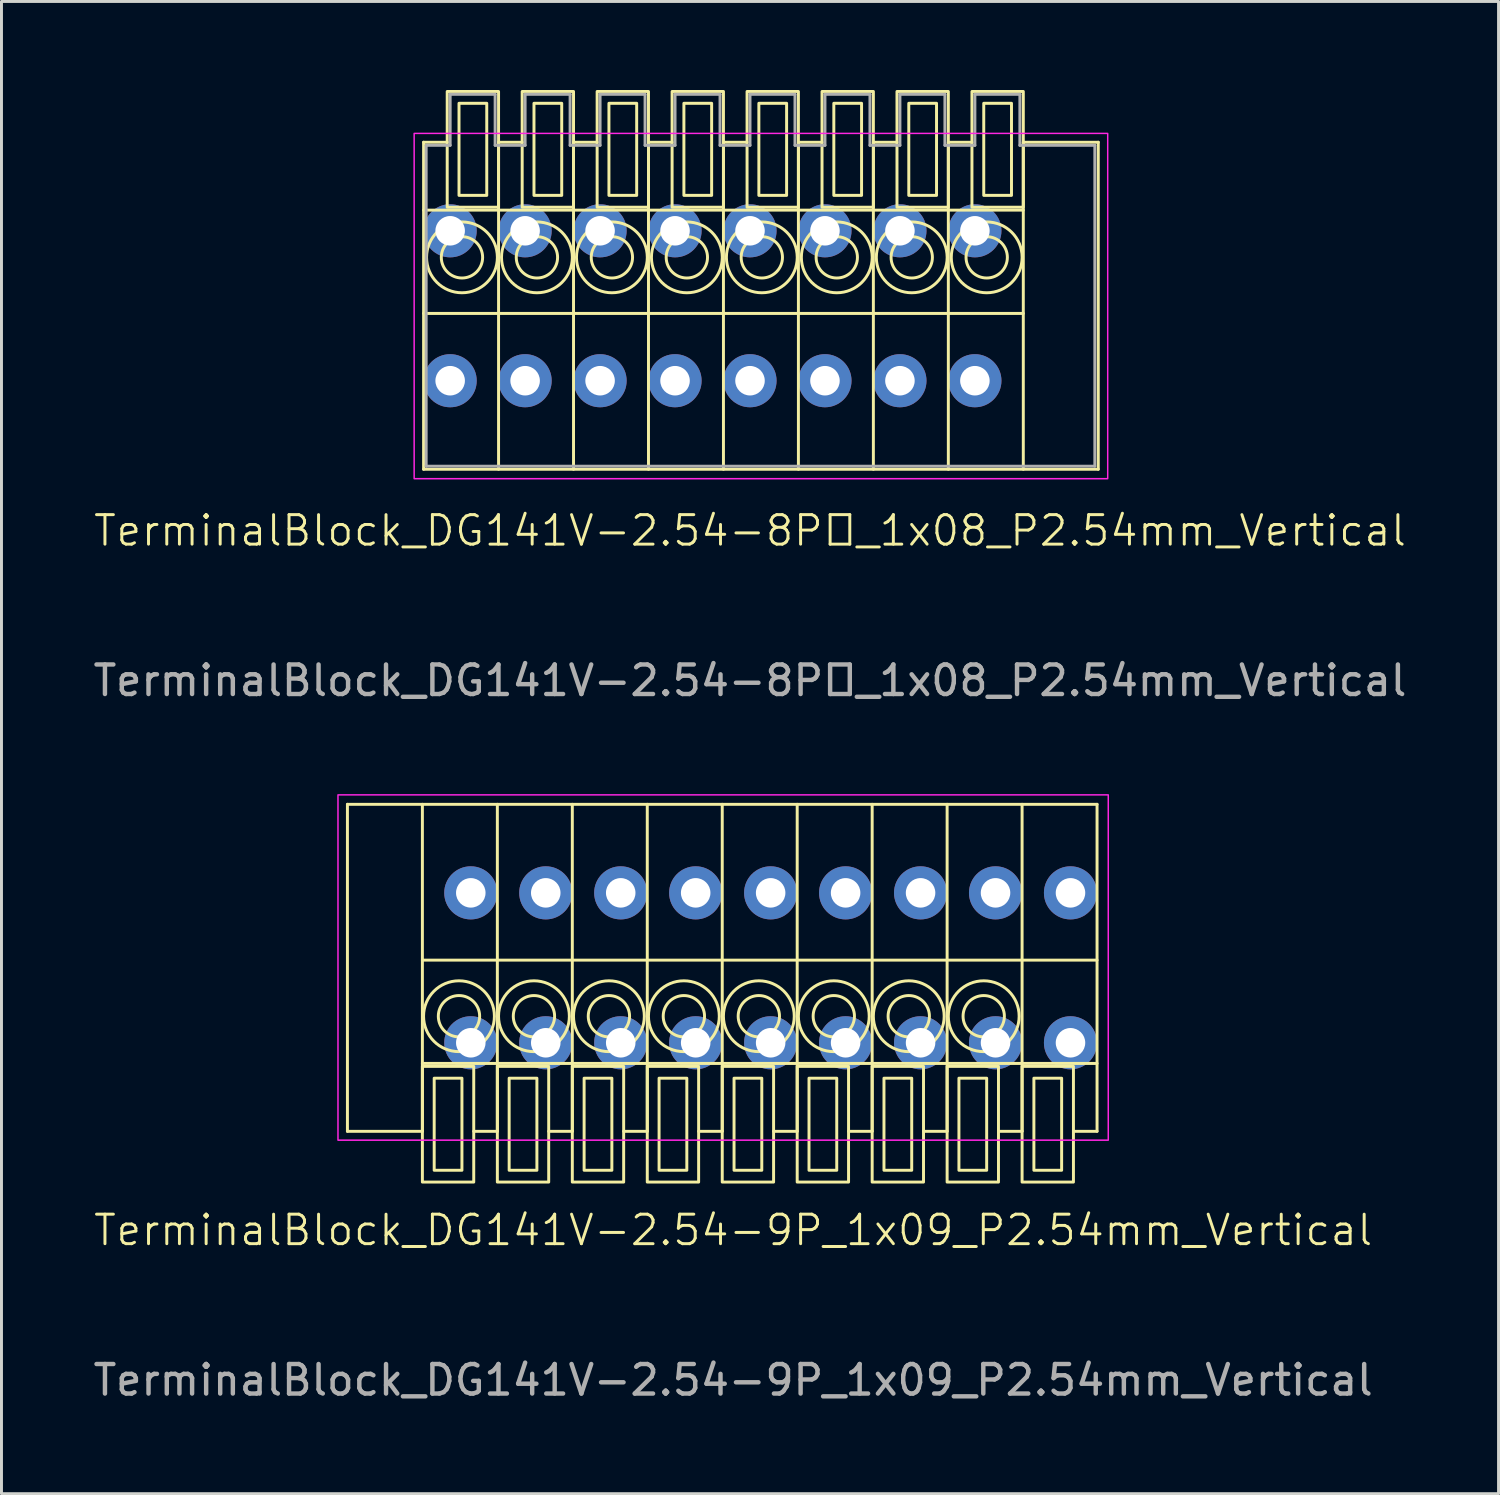
<source format=kicad_pcb>
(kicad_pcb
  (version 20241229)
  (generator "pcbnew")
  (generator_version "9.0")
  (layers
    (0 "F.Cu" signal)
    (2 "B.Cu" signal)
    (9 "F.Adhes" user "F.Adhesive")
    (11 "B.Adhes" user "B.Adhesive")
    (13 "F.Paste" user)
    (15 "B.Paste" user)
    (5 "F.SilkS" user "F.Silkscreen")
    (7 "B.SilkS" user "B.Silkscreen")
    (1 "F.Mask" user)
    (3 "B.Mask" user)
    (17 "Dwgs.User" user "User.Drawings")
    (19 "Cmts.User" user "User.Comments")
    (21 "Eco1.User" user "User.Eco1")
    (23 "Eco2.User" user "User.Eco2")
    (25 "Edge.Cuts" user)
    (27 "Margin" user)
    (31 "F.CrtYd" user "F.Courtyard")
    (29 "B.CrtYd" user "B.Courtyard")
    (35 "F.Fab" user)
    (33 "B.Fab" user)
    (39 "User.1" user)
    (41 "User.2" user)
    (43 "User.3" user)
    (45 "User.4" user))
  (footprint "TerminalBlock_DG141V-2.54-8P_1x08_P2.54mm_Vertical"
    (layer "F.Cu")
    (at 12.203 9.85)
    (property "Reference" "TerminalBlock_DG141V-2.54-8P_1x08_P2.54mm_Vertical" (at 10.16 5.08 0) (unlocked yes) (layer "F.SilkS") (effects (font (size 1 1) (thickness 0.1))))
    (attr through_hole)
    (fp_line (start -0.9 3) (end -0.9 -8.08) (stroke (width 0.1) (type default)) (layer "F.SilkS"))
    (fp_line (start -0.1 -8.08) (end -0.9 -8.08) (stroke (width 0.1) (type default)) (layer "F.SilkS"))
    (fp_line (start 1.64 3) (end 1.64 -8.08) (stroke (width 0.1) (type default)) (layer "F.SilkS"))
    (fp_line (start 2.44 -8.08) (end 1.64 -8.08) (stroke (width 0.1) (type default)) (layer "F.SilkS"))
    (fp_line (start 4.18 3) (end 4.18 -8.08) (stroke (width 0.1) (type default)) (layer "F.SilkS"))
    (fp_line (start 4.98 -8.08) (end 4.18 -8.08) (stroke (width 0.1) (type default)) (layer "F.SilkS"))
    (fp_line (start 6.72 3) (end 6.72 -8.08) (stroke (width 0.1) (type default)) (layer "F.SilkS"))
    (fp_line (start 7.52 -8.08) (end 6.72 -8.08) (stroke (width 0.1) (type default)) (layer "F.SilkS"))
    (fp_line (start 9.26 3) (end 9.26 -8.08) (stroke (width 0.1) (type default)) (layer "F.SilkS"))
    (fp_line (start 10.06 -8.08) (end 9.26 -8.08) (stroke (width 0.1) (type default)) (layer "F.SilkS"))
    (fp_line (start 11.8 3) (end 11.8 -8.08) (stroke (width 0.1) (type default)) (layer "F.SilkS"))
    (fp_line (start 12.6 -8.08) (end 11.8 -8.08) (stroke (width 0.1) (type default)) (layer "F.SilkS"))
    (fp_line (start 14.34 3) (end 14.34 -8.08) (stroke (width 0.1) (type default)) (layer "F.SilkS"))
    (fp_line (start 15.14 -8.08) (end 14.34 -8.08) (stroke (width 0.1) (type default)) (layer "F.SilkS"))
    (fp_line (start 16.88 3) (end 16.88 -8.08) (stroke (width 0.1) (type default)) (layer "F.SilkS"))
    (fp_line (start 17.68 -8.08) (end 16.88 -8.08) (stroke (width 0.1) (type default)) (layer "F.SilkS"))
    (fp_line (start 19.42 -5.78) (end -0.9 -5.78) (stroke (width 0.1) (type default)) (layer "F.SilkS"))
    (fp_line (start 19.42 -2.28) (end -0.9 -2.28) (stroke (width 0.1) (type default)) (layer "F.SilkS"))
    (fp_line (start 19.42 3) (end 19.42 -8.08) (stroke (width 0.1) (type default)) (layer "F.SilkS"))
    (fp_line (start 21.96 -8.08) (end 19.42 -8.08) (stroke (width 0.1) (type default)) (layer "F.SilkS"))
    (fp_line (start 21.96 -8.08) (end 21.96 3) (stroke (width 0.1) (type default)) (layer "F.SilkS"))
    (fp_line (start 21.96 3) (end -0.9 3) (stroke (width 0.1) (type default)) (layer "F.SilkS"))
    (fp_rect (start 1.24 -6.28) (end 0.3 -9.4) (stroke (width 0.1) (type default)) (fill no) (layer "F.SilkS"))
    (fp_rect (start 1.64 -5.88) (end -0.1 -9.8) (stroke (width 0.1) (type default)) (fill no) (layer "F.SilkS"))
    (fp_rect (start 3.78 -6.28) (end 2.84 -9.4) (stroke (width 0.1) (type default)) (fill no) (layer "F.SilkS"))
    (fp_rect (start 4.18 -5.88) (end 2.44 -9.8) (stroke (width 0.1) (type default)) (fill no) (layer "F.SilkS"))
    (fp_rect (start 6.32 -6.28) (end 5.38 -9.4) (stroke (width 0.1) (type default)) (fill no) (layer "F.SilkS"))
    (fp_rect (start 6.72 -5.88) (end 4.98 -9.8) (stroke (width 0.1) (type default)) (fill no) (layer "F.SilkS"))
    (fp_rect (start 8.86 -6.28) (end 7.92 -9.4) (stroke (width 0.1) (type default)) (fill no) (layer "F.SilkS"))
    (fp_rect (start 9.26 -5.88) (end 7.52 -9.8) (stroke (width 0.1) (type default)) (fill no) (layer "F.SilkS"))
    (fp_rect (start 11.4 -6.28) (end 10.46 -9.4) (stroke (width 0.1) (type default)) (fill no) (layer "F.SilkS"))
    (fp_rect (start 11.8 -5.88) (end 10.06 -9.8) (stroke (width 0.1) (type default)) (fill no) (layer "F.SilkS"))
    (fp_rect (start 13.94 -6.28) (end 13 -9.4) (stroke (width 0.1) (type default)) (fill no) (layer "F.SilkS"))
    (fp_rect (start 14.34 -5.88) (end 12.6 -9.8) (stroke (width 0.1) (type default)) (fill no) (layer "F.SilkS"))
    (fp_rect (start 16.48 -6.28) (end 15.54 -9.4) (stroke (width 0.1) (type default)) (fill no) (layer "F.SilkS"))
    (fp_rect (start 16.88 -5.88) (end 15.14 -9.8) (stroke (width 0.1) (type default)) (fill no) (layer "F.SilkS"))
    (fp_rect (start 19.02 -6.28) (end 18.08 -9.4) (stroke (width 0.1) (type default)) (fill no) (layer "F.SilkS"))
    (fp_rect (start 19.42 -5.88) (end 17.68 -9.8) (stroke (width 0.1) (type default)) (fill no) (layer "F.SilkS"))
    (fp_circle (center 0.4 -4.18) (end -0.8 -4.18) (stroke (width 0.1) (type default)) (fill no) (layer "F.SilkS"))
    (fp_circle (center 0.4 -4.18) (end -0.3 -4.18) (stroke (width 0.1) (type default)) (fill no) (layer "F.SilkS"))
    (fp_circle (center 2.94 -4.18) (end 1.74 -4.18) (stroke (width 0.1) (type default)) (fill no) (layer "F.SilkS"))
    (fp_circle (center 2.94 -4.18) (end 2.24 -4.18) (stroke (width 0.1) (type default)) (fill no) (layer "F.SilkS"))
    (fp_circle (center 5.48 -4.18) (end 4.28 -4.18) (stroke (width 0.1) (type default)) (fill no) (layer "F.SilkS"))
    (fp_circle (center 5.48 -4.18) (end 4.78 -4.18) (stroke (width 0.1) (type default)) (fill no) (layer "F.SilkS"))
    (fp_circle (center 8.02 -4.18) (end 6.82 -4.18) (stroke (width 0.1) (type default)) (fill no) (layer "F.SilkS"))
    (fp_circle (center 8.02 -4.18) (end 7.32 -4.18) (stroke (width 0.1) (type default)) (fill no) (layer "F.SilkS"))
    (fp_circle (center 10.56 -4.18) (end 9.36 -4.18) (stroke (width 0.1) (type default)) (fill no) (layer "F.SilkS"))
    (fp_circle (center 10.56 -4.18) (end 9.86 -4.18) (stroke (width 0.1) (type default)) (fill no) (layer "F.SilkS"))
    (fp_circle (center 13.1 -4.18) (end 11.9 -4.18) (stroke (width 0.1) (type default)) (fill no) (layer "F.SilkS"))
    (fp_circle (center 13.1 -4.18) (end 12.4 -4.18) (stroke (width 0.1) (type default)) (fill no) (layer "F.SilkS"))
    (fp_circle (center 15.64 -4.18) (end 14.44 -4.18) (stroke (width 0.1) (type default)) (fill no) (layer "F.SilkS"))
    (fp_circle (center 15.64 -4.18) (end 14.94 -4.18) (stroke (width 0.1) (type default)) (fill no) (layer "F.SilkS"))
    (fp_circle (center 18.18 -4.18) (end 16.98 -4.18) (stroke (width 0.1) (type default)) (fill no) (layer "F.SilkS"))
    (fp_circle (center 18.18 -4.18) (end 17.48 -4.18) (stroke (width 0.1) (type default)) (fill no) (layer "F.SilkS"))
    (fp_rect (start 22.28 3.32) (end -1.22 -8.38) (stroke (width 0.05) (type default)) (fill no) (layer "F.CrtYd"))
    (fp_line (start -0.813 -7.976) (end 0 -7.976) (stroke (width 0.1) (type default)) (layer "F.Fab"))
    (fp_line (start -0.813 2.896) (end -0.813 -7.976) (stroke (width 0.1) (type default)) (layer "F.Fab"))
    (fp_line (start 0 -9.703) (end 1.524 -9.703) (stroke (width 0.1) (type default)) (layer "F.Fab"))
    (fp_line (start 0 -7.976) (end 0 -9.703) (stroke (width 0.1) (type default)) (layer "F.Fab"))
    (fp_line (start 1.524 -9.703) (end 1.524 -7.976) (stroke (width 0.1) (type default)) (layer "F.Fab"))
    (fp_line (start 1.524 -7.976) (end 2.54 -7.976) (stroke (width 0.1) (type default)) (layer "F.Fab"))
    (fp_line (start 2.54 -9.703) (end 4.064 -9.703) (stroke (width 0.1) (type default)) (layer "F.Fab"))
    (fp_line (start 2.54 -7.976) (end 2.54 -9.703) (stroke (width 0.1) (type default)) (layer "F.Fab"))
    (fp_line (start 4.064 -9.703) (end 4.064 -7.976) (stroke (width 0.1) (type default)) (layer "F.Fab"))
    (fp_line (start 4.064 -7.976) (end 5.08 -7.976) (stroke (width 0.1) (type default)) (layer "F.Fab"))
    (fp_line (start 5.08 -9.703) (end 6.604 -9.703) (stroke (width 0.1) (type default)) (layer "F.Fab"))
    (fp_line (start 5.08 -7.976) (end 5.08 -9.703) (stroke (width 0.1) (type default)) (layer "F.Fab"))
    (fp_line (start 6.604 -9.703) (end 6.604 -7.976) (stroke (width 0.1) (type default)) (layer "F.Fab"))
    (fp_line (start 6.604 -7.976) (end 7.62 -7.976) (stroke (width 0.1) (type default)) (layer "F.Fab"))
    (fp_line (start 7.62 -9.703) (end 9.144 -9.703) (stroke (width 0.1) (type default)) (layer "F.Fab"))
    (fp_line (start 7.62 -7.976) (end 7.62 -9.703) (stroke (width 0.1) (type default)) (layer "F.Fab"))
    (fp_line (start 9.144 -9.703) (end 9.144 -7.976) (stroke (width 0.1) (type default)) (layer "F.Fab"))
    (fp_line (start 9.144 -7.976) (end 10.16 -7.976) (stroke (width 0.1) (type default)) (layer "F.Fab"))
    (fp_line (start 10.16 -9.703) (end 11.684 -9.703) (stroke (width 0.1) (type default)) (layer "F.Fab"))
    (fp_line (start 10.16 -7.976) (end 10.16 -9.703) (stroke (width 0.1) (type default)) (layer "F.Fab"))
    (fp_line (start 11.684 -9.703) (end 11.684 -7.976) (stroke (width 0.1) (type default)) (layer "F.Fab"))
    (fp_line (start 11.684 -7.976) (end 12.7 -7.976) (stroke (width 0.1) (type default)) (layer "F.Fab"))
    (fp_line (start 12.7 -9.703) (end 14.224 -9.703) (stroke (width 0.1) (type default)) (layer "F.Fab"))
    (fp_line (start 12.7 -7.976) (end 12.7 -9.703) (stroke (width 0.1) (type default)) (layer "F.Fab"))
    (fp_line (start 14.224 -9.703) (end 14.224 -7.976) (stroke (width 0.1) (type default)) (layer "F.Fab"))
    (fp_line (start 14.224 -7.976) (end 15.24 -7.976) (stroke (width 0.1) (type default)) (layer "F.Fab"))
    (fp_line (start 15.24 -9.703) (end 16.764 -9.703) (stroke (width 0.1) (type default)) (layer "F.Fab"))
    (fp_line (start 15.24 -7.976) (end 15.24 -9.703) (stroke (width 0.1) (type default)) (layer "F.Fab"))
    (fp_line (start 16.764 -9.703) (end 16.764 -7.976) (stroke (width 0.1) (type default)) (layer "F.Fab"))
    (fp_line (start 16.764 -7.976) (end 17.78 -7.976) (stroke (width 0.1) (type default)) (layer "F.Fab"))
    (fp_line (start 17.78 -9.703) (end 19.304 -9.703) (stroke (width 0.1) (type default)) (layer "F.Fab"))
    (fp_line (start 17.78 -7.976) (end 17.78 -9.703) (stroke (width 0.1) (type default)) (layer "F.Fab"))
    (fp_line (start 19.304 -9.703) (end 19.304 -7.976) (stroke (width 0.1) (type default)) (layer "F.Fab"))
    (fp_line (start 19.304 -7.976) (end 21.844 -7.976) (stroke (width 0.1) (type default)) (layer "F.Fab"))
    (fp_line (start 21.844 -7.976) (end 21.844 2.896) (stroke (width 0.1) (type default)) (layer "F.Fab"))
    (fp_line (start 21.844 2.896) (end -0.813 2.896) (stroke (width 0.1) (type default)) (layer "F.Fab"))
    (fp_text user "${REFERENCE}" (at 10.16 10.16 0) (unlocked yes) (layer "F.Fab") (effects (font (size 1 1) (thickness 0.15))))
    (pad "1" thru_hole circle (at 0 -5.08 180) (size 1.8 1.8) (drill 1) (layers "*.Cu" "*.Mask"))
    (pad "1" thru_hole circle (at 0 0 180) (size 1.8 1.8) (drill 1) (layers "*.Cu" "*.Mask"))
    (pad "2" thru_hole circle (at 2.54 -5.08 180) (size 1.8 1.8) (drill 1) (layers "*.Cu" "*.Mask"))
    (pad "2" thru_hole circle (at 2.54 0 180) (size 1.8 1.8) (drill 1) (layers "*.Cu" "*.Mask"))
    (pad "3" thru_hole circle (at 5.08 -5.08 180) (size 1.8 1.8) (drill 1) (layers "*.Cu" "*.Mask"))
    (pad "3" thru_hole circle (at 5.08 0 180) (size 1.8 1.8) (drill 1) (layers "*.Cu" "*.Mask"))
    (pad "4" thru_hole circle (at 7.62 -5.08 180) (size 1.8 1.8) (drill 1) (layers "*.Cu" "*.Mask"))
    (pad "4" thru_hole circle (at 7.62 0 180) (size 1.8 1.8) (drill 1) (layers "*.Cu" "*.Mask"))
    (pad "5" thru_hole circle (at 10.16 -5.08 180) (size 1.8 1.8) (drill 1) (layers "*.Cu" "*.Mask"))
    (pad "5" thru_hole circle (at 10.16 0 180) (size 1.8 1.8) (drill 1) (layers "*.Cu" "*.Mask"))
    (pad "6" thru_hole circle (at 12.7 -5.08 180) (size 1.8 1.8) (drill 1) (layers "*.Cu" "*.Mask"))
    (pad "6" thru_hole circle (at 12.7 0 180) (size 1.8 1.8) (drill 1) (layers "*.Cu" "*.Mask"))
    (pad "7" thru_hole circle (at 15.24 -5.08 180) (size 1.8 1.8) (drill 1) (layers "*.Cu" "*.Mask"))
    (pad "7" thru_hole circle (at 15.24 0 180) (size 1.8 1.8) (drill 1) (layers "*.Cu" "*.Mask"))
    (pad "8" thru_hole circle (at 17.78 -5.08 180) (size 1.8 1.8) (drill 1) (layers "*.Cu" "*.Mask"))
    (pad "8" thru_hole circle (at 17.78 0 180) (size 1.8 1.8) (drill 1) (layers "*.Cu" "*.Mask")))
  (footprint "TerminalBlock_DG141V-2.54-9P_1x09_P2.54mm_Vertical"
    (layer "F.Cu")
    (at 12.902 32.283)
    (property "Reference" "TerminalBlock_DG141V-2.54-9P_1x09_P2.54mm_Vertical" (at 8.89 6.35 0) (unlocked yes) (layer "F.SilkS") (effects (font (size 1 1) (thickness 0.1))))
    (attr through_hole)
    (fp_line (start -4.18 -8.08) (end 21.22 -8.08) (stroke (width 0.1) (type default)) (layer "F.SilkS"))
    (fp_line (start -4.18 3) (end -4.18 -8.08) (stroke (width 0.1) (type default)) (layer "F.SilkS"))
    (fp_line (start -4.18 3) (end -1.64 3) (stroke (width 0.1) (type default)) (layer "F.SilkS"))
    (fp_line (start -1.64 -8.08) (end -1.64 3) (stroke (width 0.1) (type default)) (layer "F.SilkS"))
    (fp_line (start -1.64 -2.8) (end 21.22 -2.8) (stroke (width 0.1) (type default)) (layer "F.SilkS"))
    (fp_line (start -1.64 0.7) (end 21.22 0.7) (stroke (width 0.1) (type default)) (layer "F.SilkS"))
    (fp_line (start 0.1 3) (end 0.9 3) (stroke (width 0.1) (type default)) (layer "F.SilkS"))
    (fp_line (start 0.9 -8.08) (end 0.9 3) (stroke (width 0.1) (type default)) (layer "F.SilkS"))
    (fp_line (start 2.64 3) (end 3.44 3) (stroke (width 0.1) (type default)) (layer "F.SilkS"))
    (fp_line (start 3.44 -8.08) (end 3.44 3) (stroke (width 0.1) (type default)) (layer "F.SilkS"))
    (fp_line (start 5.18 3) (end 5.98 3) (stroke (width 0.1) (type default)) (layer "F.SilkS"))
    (fp_line (start 5.98 -8.08) (end 5.98 3) (stroke (width 0.1) (type default)) (layer "F.SilkS"))
    (fp_line (start 7.72 3) (end 8.52 3) (stroke (width 0.1) (type default)) (layer "F.SilkS"))
    (fp_line (start 8.52 -8.08) (end 8.52 3) (stroke (width 0.1) (type default)) (layer "F.SilkS"))
    (fp_line (start 10.26 3) (end 11.06 3) (stroke (width 0.1) (type default)) (layer "F.SilkS"))
    (fp_line (start 11.06 -8.08) (end 11.06 3) (stroke (width 0.1) (type default)) (layer "F.SilkS"))
    (fp_line (start 12.8 3) (end 13.6 3) (stroke (width 0.1) (type default)) (layer "F.SilkS"))
    (fp_line (start 13.6 -8.08) (end 13.6 3) (stroke (width 0.1) (type default)) (layer "F.SilkS"))
    (fp_line (start 15.34 3) (end 16.14 3) (stroke (width 0.1) (type default)) (layer "F.SilkS"))
    (fp_line (start 16.14 -8.08) (end 16.14 3) (stroke (width 0.1) (type default)) (layer "F.SilkS"))
    (fp_line (start 17.88 3) (end 18.68 3) (stroke (width 0.1) (type default)) (layer "F.SilkS"))
    (fp_line (start 18.68 -8.08) (end 18.68 3) (stroke (width 0.1) (type default)) (layer "F.SilkS"))
    (fp_line (start 20.42 3) (end 21.22 3) (stroke (width 0.1) (type default)) (layer "F.SilkS"))
    (fp_line (start 21.22 -8.08) (end 21.22 3) (stroke (width 0.1) (type default)) (layer "F.SilkS"))
    (fp_rect (start -1.64 0.8) (end 0.1 4.72) (stroke (width 0.1) (type default)) (fill no) (layer "F.SilkS"))
    (fp_rect (start -1.24 1.2) (end -0.3 4.32) (stroke (width 0.1) (type default)) (fill no) (layer "F.SilkS"))
    (fp_rect (start 0.9 0.8) (end 2.64 4.72) (stroke (width 0.1) (type default)) (fill no) (layer "F.SilkS"))
    (fp_rect (start 1.3 1.2) (end 2.24 4.32) (stroke (width 0.1) (type default)) (fill no) (layer "F.SilkS"))
    (fp_rect (start 3.44 0.8) (end 5.18 4.72) (stroke (width 0.1) (type default)) (fill no) (layer "F.SilkS"))
    (fp_rect (start 3.84 1.2) (end 4.78 4.32) (stroke (width 0.1) (type default)) (fill no) (layer "F.SilkS"))
    (fp_rect (start 5.98 0.8) (end 7.72 4.72) (stroke (width 0.1) (type default)) (fill no) (layer "F.SilkS"))
    (fp_rect (start 6.38 1.2) (end 7.32 4.32) (stroke (width 0.1) (type default)) (fill no) (layer "F.SilkS"))
    (fp_rect (start 8.52 0.8) (end 10.26 4.72) (stroke (width 0.1) (type default)) (fill no) (layer "F.SilkS"))
    (fp_rect (start 8.92 1.2) (end 9.86 4.32) (stroke (width 0.1) (type default)) (fill no) (layer "F.SilkS"))
    (fp_rect (start 11.06 0.8) (end 12.8 4.72) (stroke (width 0.1) (type default)) (fill no) (layer "F.SilkS"))
    (fp_rect (start 11.46 1.2) (end 12.4 4.32) (stroke (width 0.1) (type default)) (fill no) (layer "F.SilkS"))
    (fp_rect (start 13.6 0.8) (end 15.34 4.72) (stroke (width 0.1) (type default)) (fill no) (layer "F.SilkS"))
    (fp_rect (start 14 1.2) (end 14.94 4.32) (stroke (width 0.1) (type default)) (fill no) (layer "F.SilkS"))
    (fp_rect (start 16.14 0.8) (end 17.88 4.72) (stroke (width 0.1) (type default)) (fill no) (layer "F.SilkS"))
    (fp_rect (start 16.54 1.2) (end 17.48 4.32) (stroke (width 0.1) (type default)) (fill no) (layer "F.SilkS"))
    (fp_rect (start 18.68 0.8) (end 20.42 4.72) (stroke (width 0.1) (type default)) (fill no) (layer "F.SilkS"))
    (fp_rect (start 19.08 1.2) (end 20.02 4.32) (stroke (width 0.1) (type default)) (fill no) (layer "F.SilkS"))
    (fp_circle (center -0.4 -0.9) (end 0.3 -0.9) (stroke (width 0.1) (type default)) (fill no) (layer "F.SilkS"))
    (fp_circle (center -0.4 -0.9) (end 0.8 -0.9) (stroke (width 0.1) (type default)) (fill no) (layer "F.SilkS"))
    (fp_circle (center 2.14 -0.9) (end 2.84 -0.9) (stroke (width 0.1) (type default)) (fill no) (layer "F.SilkS"))
    (fp_circle (center 2.14 -0.9) (end 3.34 -0.9) (stroke (width 0.1) (type default)) (fill no) (layer "F.SilkS"))
    (fp_circle (center 4.68 -0.9) (end 5.38 -0.9) (stroke (width 0.1) (type default)) (fill no) (layer "F.SilkS"))
    (fp_circle (center 4.68 -0.9) (end 5.88 -0.9) (stroke (width 0.1) (type default)) (fill no) (layer "F.SilkS"))
    (fp_circle (center 7.22 -0.9) (end 7.92 -0.9) (stroke (width 0.1) (type default)) (fill no) (layer "F.SilkS"))
    (fp_circle (center 7.22 -0.9) (end 8.42 -0.9) (stroke (width 0.1) (type default)) (fill no) (layer "F.SilkS"))
    (fp_circle (center 9.76 -0.9) (end 10.46 -0.9) (stroke (width 0.1) (type default)) (fill no) (layer "F.SilkS"))
    (fp_circle (center 9.76 -0.9) (end 10.96 -0.9) (stroke (width 0.1) (type default)) (fill no) (layer "F.SilkS"))
    (fp_circle (center 12.3 -0.9) (end 13 -0.9) (stroke (width 0.1) (type default)) (fill no) (layer "F.SilkS"))
    (fp_circle (center 12.3 -0.9) (end 13.5 -0.9) (stroke (width 0.1) (type default)) (fill no) (layer "F.SilkS"))
    (fp_circle (center 14.84 -0.9) (end 15.54 -0.9) (stroke (width 0.1) (type default)) (fill no) (layer "F.SilkS"))
    (fp_circle (center 14.84 -0.9) (end 16.04 -0.9) (stroke (width 0.1) (type default)) (fill no) (layer "F.SilkS"))
    (fp_circle (center 17.38 -0.9) (end 18.08 -0.9) (stroke (width 0.1) (type default)) (fill no) (layer "F.SilkS"))
    (fp_circle (center 17.38 -0.9) (end 18.58 -0.9) (stroke (width 0.1) (type default)) (fill no) (layer "F.SilkS"))
    (fp_rect (start -4.5 -8.4) (end 21.6 3.3) (stroke (width 0.05) (type default)) (fill no) (layer "F.CrtYd"))
    (fp_text user "${REFERENCE}" (at 8.89 11.43 0) (unlocked yes) (layer "F.Fab") (effects (font (size 1 1) (thickness 0.15))))
    (pad "1" thru_hole circle (at 0 -5.08) (size 1.8 1.8) (drill 1) (layers "*.Cu" "*.Mask"))
    (pad "1" thru_hole circle (at 0 0) (size 1.8 1.8) (drill 1) (layers "*.Cu" "*.Mask"))
    (pad "2" thru_hole circle (at 2.54 -5.08) (size 1.8 1.8) (drill 1) (layers "*.Cu" "*.Mask"))
    (pad "2" thru_hole circle (at 2.54 0) (size 1.8 1.8) (drill 1) (layers "*.Cu" "*.Mask"))
    (pad "3" thru_hole circle (at 5.08 -5.08) (size 1.8 1.8) (drill 1) (layers "*.Cu" "*.Mask"))
    (pad "3" thru_hole circle (at 5.08 0) (size 1.8 1.8) (drill 1) (layers "*.Cu" "*.Mask"))
    (pad "4" thru_hole circle (at 7.62 -5.08) (size 1.8 1.8) (drill 1) (layers "*.Cu" "*.Mask"))
    (pad "4" thru_hole circle (at 7.62 0) (size 1.8 1.8) (drill 1) (layers "*.Cu" "*.Mask"))
    (pad "5" thru_hole circle (at 10.16 -5.08) (size 1.8 1.8) (drill 1) (layers "*.Cu" "*.Mask"))
    (pad "5" thru_hole circle (at 10.16 0) (size 1.8 1.8) (drill 1) (layers "*.Cu" "*.Mask"))
    (pad "6" thru_hole circle (at 12.7 -5.08) (size 1.8 1.8) (drill 1) (layers "*.Cu" "*.Mask"))
    (pad "6" thru_hole circle (at 12.7 0) (size 1.8 1.8) (drill 1) (layers "*.Cu" "*.Mask"))
    (pad "7" thru_hole circle (at 15.24 -5.08) (size 1.8 1.8) (drill 1) (layers "*.Cu" "*.Mask"))
    (pad "7" thru_hole circle (at 15.24 0) (size 1.8 1.8) (drill 1) (layers "*.Cu" "*.Mask"))
    (pad "8" thru_hole circle (at 17.78 -5.08) (size 1.8 1.8) (drill 1) (layers "*.Cu" "*.Mask"))
    (pad "8" thru_hole circle (at 17.78 0) (size 1.8 1.8) (drill 1) (layers "*.Cu" "*.Mask"))
    (pad "9" thru_hole circle (at 20.32 -5.08) (size 1.8 1.8) (drill 1) (layers "*.Cu" "*.Mask"))
    (pad "9" thru_hole circle (at 20.32 0) (size 1.8 1.8) (drill 1) (layers "*.Cu" "*.Mask")))
  (gr_rect
    (start -3 -3)
    (end 47.726 47.562)
    (stroke (width 0.1) (type default))
    (fill no)
    (layer "Edge.Cuts")))
</source>
